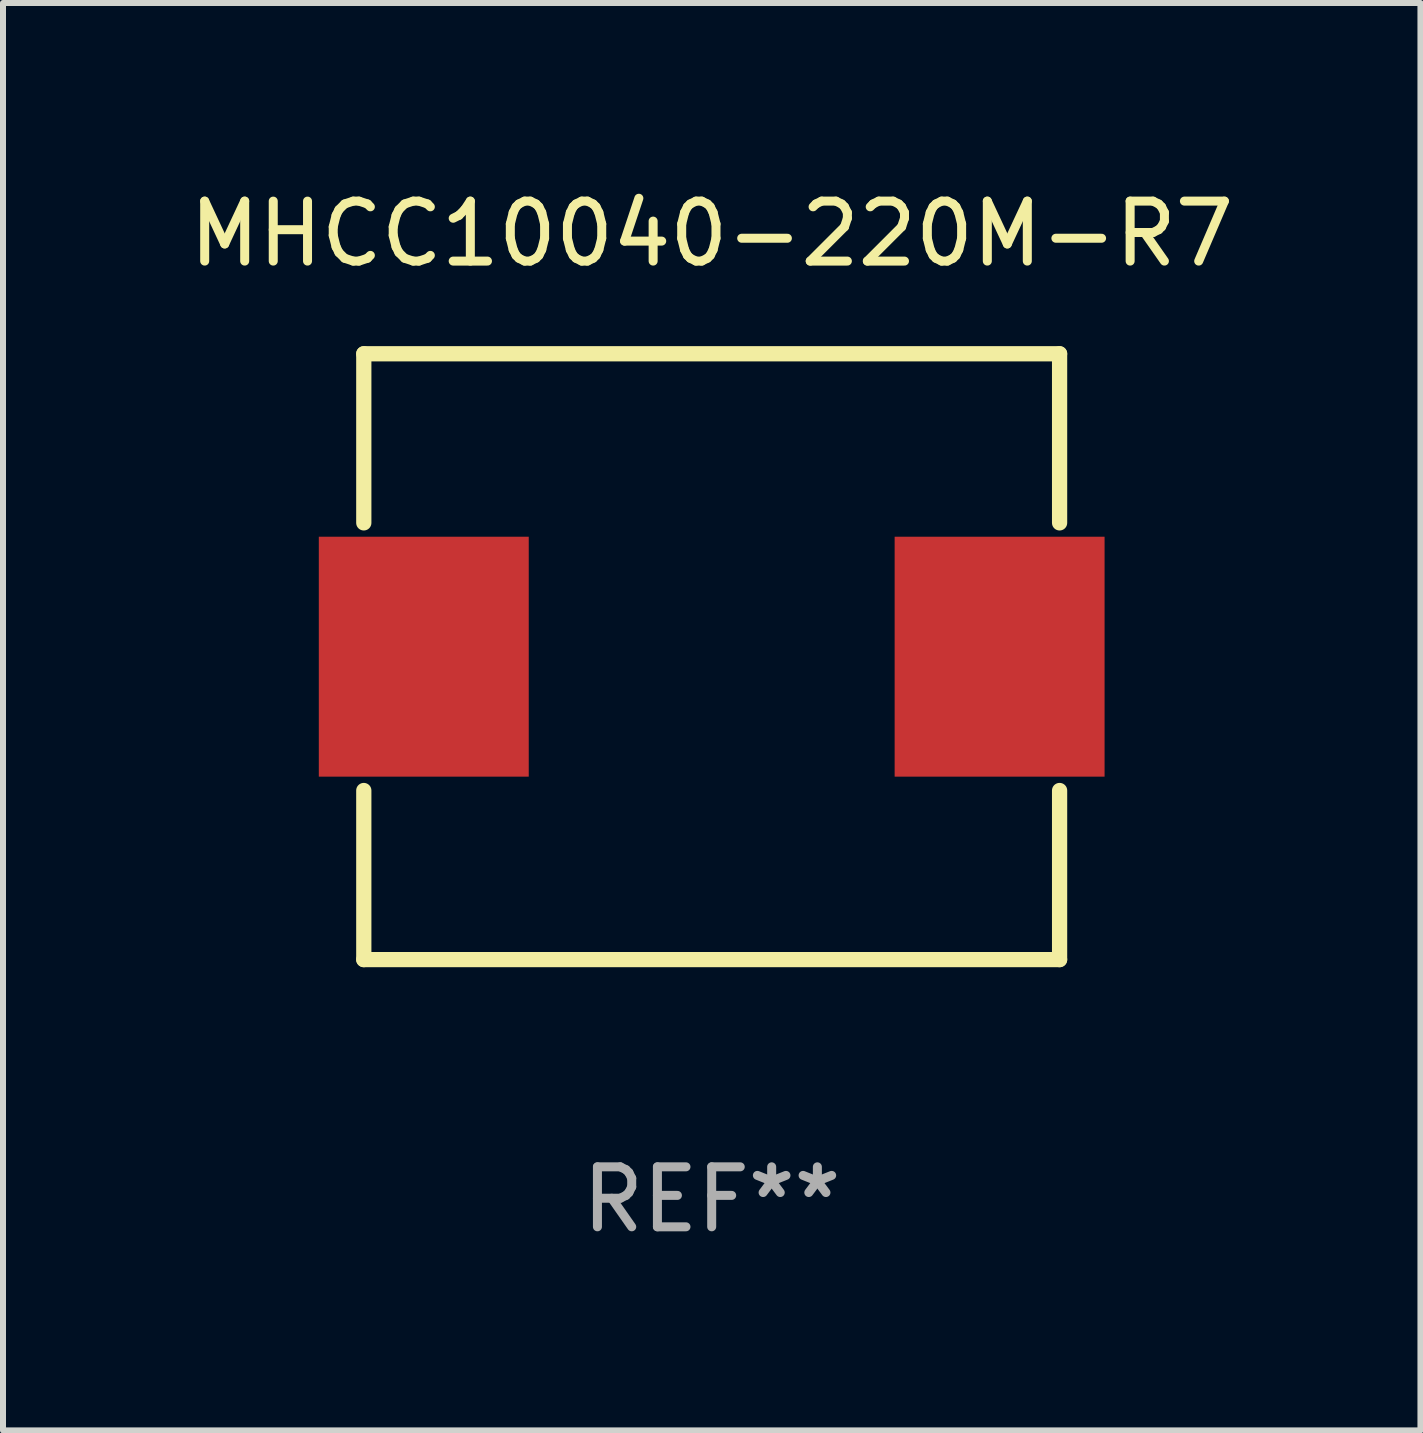
<source format=kicad_pcb>
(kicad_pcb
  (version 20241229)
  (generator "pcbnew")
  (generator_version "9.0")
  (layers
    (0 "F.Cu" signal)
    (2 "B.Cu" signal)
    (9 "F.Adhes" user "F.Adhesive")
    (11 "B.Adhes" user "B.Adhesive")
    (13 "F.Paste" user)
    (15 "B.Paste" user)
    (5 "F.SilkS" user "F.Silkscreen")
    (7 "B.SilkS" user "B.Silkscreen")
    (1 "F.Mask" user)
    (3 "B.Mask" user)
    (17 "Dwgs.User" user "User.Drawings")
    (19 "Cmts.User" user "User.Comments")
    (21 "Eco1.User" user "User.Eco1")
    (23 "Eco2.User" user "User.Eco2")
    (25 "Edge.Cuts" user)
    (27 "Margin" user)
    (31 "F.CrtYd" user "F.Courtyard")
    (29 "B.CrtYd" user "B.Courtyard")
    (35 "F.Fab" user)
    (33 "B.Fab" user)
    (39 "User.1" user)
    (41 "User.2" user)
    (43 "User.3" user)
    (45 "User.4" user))
  (footprint "MHCC10040-220M-R7"
    (layer "F.Cu")
    (at 8.815 7.898)
    (property "Reference" "MHCC10040-220M-R7" (at 0 -7.05 0) (layer "F.SilkS") (effects (font (size 1 1) (thickness 0.15))))
    (attr through_hole)
    (fp_line (start -5.8 -5.05) (end 5.8 -5.05) (stroke (width 0.254) (type solid)) (layer "F.SilkS"))
    (fp_line (start -5.8 -2.231) (end -5.8 -5.05) (stroke (width 0.254) (type solid)) (layer "F.SilkS"))
    (fp_line (start -5.8 5.05) (end -5.8 2.231) (stroke (width 0.254) (type solid)) (layer "F.SilkS"))
    (fp_line (start 5.8 -5.05) (end 5.8 -2.231) (stroke (width 0.254) (type solid)) (layer "F.SilkS"))
    (fp_line (start 5.8 2.231) (end 5.8 5.05) (stroke (width 0.254) (type solid)) (layer "F.SilkS"))
    (fp_line (start 5.8 5.05) (end -5.8 5.05) (stroke (width 0.254) (type solid)) (layer "F.SilkS"))
    (fp_circle (center -5.8 5.05) (end -5.77 5.05) (stroke (width 0.06) (type solid)) (fill no) (layer "F.SilkS"))
    (fp_text user "REF**" (at 0 9.05 0) (layer "F.Fab") (effects (font (size 1 1) (thickness 0.15))))
    (pad "1" smd rect (at -4.8 0) (size 3.5 4) (layers "F.Cu" "F.Mask" "F.Paste"))
    (pad "2" smd rect (at 4.8 0) (size 3.5 4) (layers "F.Cu" "F.Mask" "F.Paste")))
  (gr_rect
    (start -3 -3)
    (end 20.631 20.797)
    (stroke (width 0.1) (type default))
    (fill no)
    (layer "Edge.Cuts")))
</source>
